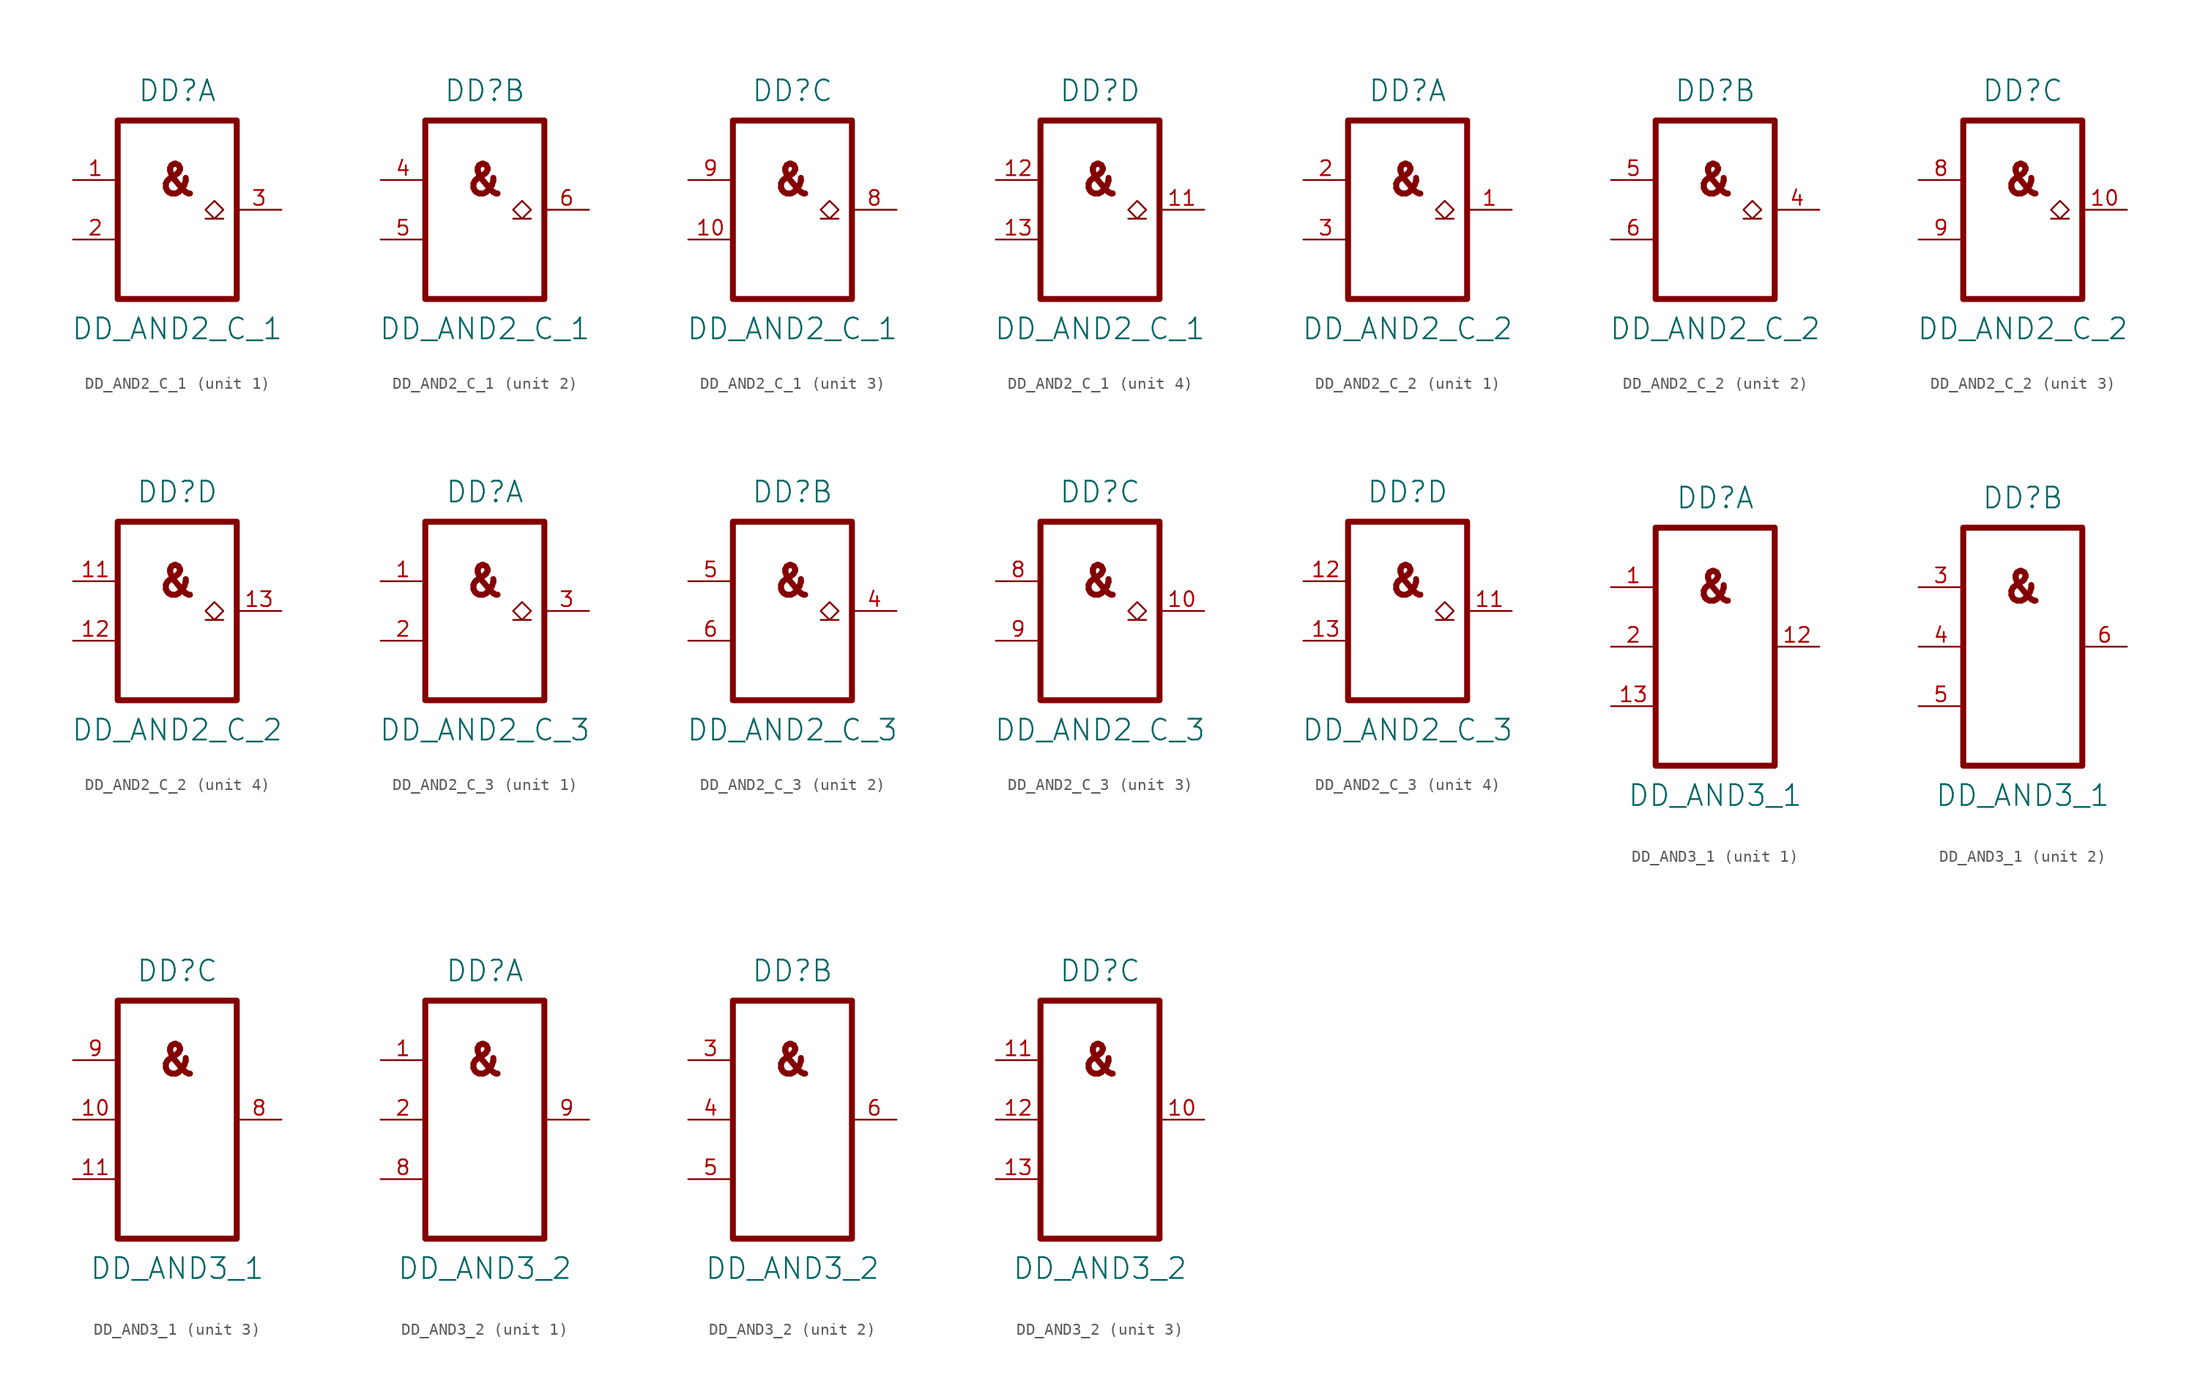
<source format=kicad_sym>
(kicad_symbol_lib
  (version 20211014)
  (generator kicad_symbol_editor)
  (symbol "DD_AND2_C_1"
    (pin_names
      (offset 1.27))
    (property "Reference" "DD"
      (at 0 10.16 0)
      (effects (font (size 1.778 1.778))))
    (property "Value" "DD_AND2_C_1"
      (at 0 -10.16 0)
      (effects (font (size 1.778 1.778))))
    (symbol "DD_AND2_C_1_0_0"
      (text "&" (at 0 2.54 0) (effects (font (size 2.54 2.54) bold))))
    (symbol "DD_AND2_C_1_0_1"
      (rectangle (start -5.08 7.62) (end 5.08 -7.62) (stroke (width 0.508) (type default) (color 0 0 0 0)) (fill (type none)))
      (polyline (pts (xy 2.413 -0.762) (xy 3.175 -0.762) (xy 2.413 0) (xy 3.175 0.762) (xy 3.937 0) (xy 3.175 -0.762) (xy 3.937 -0.762)) (stroke (width 0) (type default) (color 0 0 0 0)) (fill (type none)))
      (pin power_in non_logic (at 8.89 5.08 180) (length 3.81) hide (name "VCC" (effects (font (size 1.27 1.27)))) (number "14" (effects (font (size 1.27 1.27)))))
      (pin power_in non_logic (at 8.89 -5.08 180) (length 3.81) hide (name "GND" (effects (font (size 1.27 1.27)))) (number "7" (effects (font (size 1.27 1.27))))))
    (symbol "DD_AND2_C_1_1_1"
      (pin input line (at -8.89 2.54 0) (length 3.81) (name "~" (effects (font (size 1.778 1.778)))) (number "1" (effects (font (size 1.27 1.27)))))
      (pin input line (at -8.89 -2.54 0) (length 3.81) (name "~" (effects (font (size 1.778 1.778)))) (number "2" (effects (font (size 1.27 1.27)))))
      (pin output line (at 8.89 0 180) (length 3.81) (name "~" (effects (font (size 1.778 1.778)))) (number "3" (effects (font (size 1.27 1.27))))))
    (symbol "DD_AND2_C_1_2_1"
      (pin input line (at -8.89 2.54 0) (length 3.81) (name "~" (effects (font (size 1.778 1.778)))) (number "4" (effects (font (size 1.27 1.27)))))
      (pin input line (at -8.89 -2.54 0) (length 3.81) (name "~" (effects (font (size 1.778 1.778)))) (number "5" (effects (font (size 1.27 1.27)))))
      (pin output line (at 8.89 0 180) (length 3.81) (name "~" (effects (font (size 1.778 1.778)))) (number "6" (effects (font (size 1.27 1.27))))))
    (symbol "DD_AND2_C_1_3_1"
      (pin input line (at -8.89 -2.54 0) (length 3.81) (name "~" (effects (font (size 1.778 1.778)))) (number "10" (effects (font (size 1.27 1.27)))))
      (pin output line (at 8.89 0 180) (length 3.81) (name "~" (effects (font (size 1.778 1.778)))) (number "8" (effects (font (size 1.27 1.27)))))
      (pin input line (at -8.89 2.54 0) (length 3.81) (name "~" (effects (font (size 1.778 1.778)))) (number "9" (effects (font (size 1.27 1.27))))))
    (symbol "DD_AND2_C_1_4_1"
      (pin output line (at 8.89 0 180) (length 3.81) (name "~" (effects (font (size 1.778 1.778)))) (number "11" (effects (font (size 1.27 1.27)))))
      (pin input line (at -8.89 2.54 0) (length 3.81) (name "~" (effects (font (size 1.778 1.778)))) (number "12" (effects (font (size 1.27 1.27)))))
      (pin input line (at -8.89 -2.54 0) (length 3.81) (name "~" (effects (font (size 1.778 1.778)))) (number "13" (effects (font (size 1.27 1.27)))))))
  (symbol "DD_AND2_C_2"
    (pin_names
      (offset 1.27))
    (property "Reference" "DD"
      (at 0 10.16 0)
      (effects (font (size 1.778 1.778))))
    (property "Value" "DD_AND2_C_2"
      (at 0 -10.16 0)
      (effects (font (size 1.778 1.778))))
    (symbol "DD_AND2_C_2_0_0"
      (text "&" (at 0 2.54 0) (effects (font (size 2.54 2.54) bold))))
    (symbol "DD_AND2_C_2_0_1"
      (rectangle (start -5.08 7.62) (end 5.08 -7.62) (stroke (width 0.508) (type default) (color 0 0 0 0)) (fill (type none)))
      (polyline (pts (xy 2.413 -0.762) (xy 3.175 -0.762) (xy 2.413 0) (xy 3.175 0.762) (xy 3.937 0) (xy 3.175 -0.762) (xy 3.937 -0.762)) (stroke (width 0) (type default) (color 0 0 0 0)) (fill (type none)))
      (pin power_in non_logic (at 8.89 5.08 180) (length 3.81) hide (name "VCC" (effects (font (size 1.27 1.27)))) (number "14" (effects (font (size 1.27 1.27)))))
      (pin power_in non_logic (at 8.89 -5.08 180) (length 3.81) hide (name "GND" (effects (font (size 1.27 1.27)))) (number "7" (effects (font (size 1.27 1.27))))))
    (symbol "DD_AND2_C_2_1_1"
      (pin output line (at 8.89 0 180) (length 3.81) (name "~" (effects (font (size 1.778 1.778)))) (number "1" (effects (font (size 1.27 1.27)))))
      (pin input line (at -8.89 2.54 0) (length 3.81) (name "~" (effects (font (size 1.778 1.778)))) (number "2" (effects (font (size 1.27 1.27)))))
      (pin input line (at -8.89 -2.54 0) (length 3.81) (name "~" (effects (font (size 1.778 1.778)))) (number "3" (effects (font (size 1.27 1.27))))))
    (symbol "DD_AND2_C_2_2_1"
      (pin output line (at 8.89 0 180) (length 3.81) (name "~" (effects (font (size 1.778 1.778)))) (number "4" (effects (font (size 1.27 1.27)))))
      (pin input line (at -8.89 2.54 0) (length 3.81) (name "~" (effects (font (size 1.778 1.778)))) (number "5" (effects (font (size 1.27 1.27)))))
      (pin input line (at -8.89 -2.54 0) (length 3.81) (name "~" (effects (font (size 1.778 1.778)))) (number "6" (effects (font (size 1.27 1.27))))))
    (symbol "DD_AND2_C_2_3_1"
      (pin output line (at 8.89 0 180) (length 3.81) (name "~" (effects (font (size 1.778 1.778)))) (number "10" (effects (font (size 1.27 1.27)))))
      (pin input line (at -8.89 2.54 0) (length 3.81) (name "~" (effects (font (size 1.778 1.778)))) (number "8" (effects (font (size 1.27 1.27)))))
      (pin input line (at -8.89 -2.54 0) (length 3.81) (name "~" (effects (font (size 1.778 1.778)))) (number "9" (effects (font (size 1.27 1.27))))))
    (symbol "DD_AND2_C_2_4_1"
      (pin input line (at -8.89 2.54 0) (length 3.81) (name "~" (effects (font (size 1.778 1.778)))) (number "11" (effects (font (size 1.27 1.27)))))
      (pin input line (at -8.89 -2.54 0) (length 3.81) (name "~" (effects (font (size 1.778 1.778)))) (number "12" (effects (font (size 1.27 1.27)))))
      (pin output line (at 8.89 0 180) (length 3.81) (name "~" (effects (font (size 1.778 1.778)))) (number "13" (effects (font (size 1.27 1.27)))))))
  (symbol "DD_AND2_C_3"
    (pin_names
      (offset 1.27))
    (property "Reference" "DD"
      (at 0 10.16 0)
      (effects (font (size 1.778 1.778))))
    (property "Value" "DD_AND2_C_3"
      (at 0 -10.16 0)
      (effects (font (size 1.778 1.778))))
    (symbol "DD_AND2_C_3_0_0"
      (text "&" (at 0 2.54 0) (effects (font (size 2.54 2.54) bold))))
    (symbol "DD_AND2_C_3_0_1"
      (rectangle (start -5.08 7.62) (end 5.08 -7.62) (stroke (width 0.508) (type default) (color 0 0 0 0)) (fill (type none)))
      (polyline (pts (xy 2.413 -0.762) (xy 3.175 -0.762) (xy 2.413 0) (xy 3.175 0.762) (xy 3.937 0) (xy 3.175 -0.762) (xy 3.937 -0.762)) (stroke (width 0) (type default) (color 0 0 0 0)) (fill (type none)))
      (pin power_in non_logic (at 8.89 5.08 180) (length 3.81) hide (name "VCC" (effects (font (size 1.27 1.27)))) (number "14" (effects (font (size 1.27 1.27)))))
      (pin power_in non_logic (at 8.89 -5.08 180) (length 3.81) hide (name "GND" (effects (font (size 1.27 1.27)))) (number "7" (effects (font (size 1.27 1.27))))))
    (symbol "DD_AND2_C_3_1_1"
      (pin input line (at -8.89 2.54 0) (length 3.81) (name "~" (effects (font (size 1.778 1.778)))) (number "1" (effects (font (size 1.27 1.27)))))
      (pin input line (at -8.89 -2.54 0) (length 3.81) (name "~" (effects (font (size 1.778 1.778)))) (number "2" (effects (font (size 1.27 1.27)))))
      (pin output line (at 8.89 0 180) (length 3.81) (name "~" (effects (font (size 1.778 1.778)))) (number "3" (effects (font (size 1.27 1.27))))))
    (symbol "DD_AND2_C_3_2_1"
      (pin output line (at 8.89 0 180) (length 3.81) (name "~" (effects (font (size 1.778 1.778)))) (number "4" (effects (font (size 1.27 1.27)))))
      (pin input line (at -8.89 2.54 0) (length 3.81) (name "~" (effects (font (size 1.778 1.778)))) (number "5" (effects (font (size 1.27 1.27)))))
      (pin input line (at -8.89 -2.54 0) (length 3.81) (name "~" (effects (font (size 1.778 1.778)))) (number "6" (effects (font (size 1.27 1.27))))))
    (symbol "DD_AND2_C_3_3_1"
      (pin output line (at 8.89 0 180) (length 3.81) (name "~" (effects (font (size 1.778 1.778)))) (number "10" (effects (font (size 1.27 1.27)))))
      (pin input line (at -8.89 2.54 0) (length 3.81) (name "~" (effects (font (size 1.778 1.778)))) (number "8" (effects (font (size 1.27 1.27)))))
      (pin input line (at -8.89 -2.54 0) (length 3.81) (name "~" (effects (font (size 1.778 1.778)))) (number "9" (effects (font (size 1.27 1.27))))))
    (symbol "DD_AND2_C_3_4_1"
      (pin output line (at 8.89 0 180) (length 3.81) (name "~" (effects (font (size 1.778 1.778)))) (number "11" (effects (font (size 1.27 1.27)))))
      (pin input line (at -8.89 2.54 0) (length 3.81) (name "~" (effects (font (size 1.778 1.778)))) (number "12" (effects (font (size 1.27 1.27)))))
      (pin input line (at -8.89 -2.54 0) (length 3.81) (name "~" (effects (font (size 1.778 1.778)))) (number "13" (effects (font (size 1.27 1.27)))))))
  (symbol "DD_AND3_1"
    (pin_names
      (offset 1.27))
    (property "Reference" "DD"
      (at 0 12.7 0)
      (effects (font (size 1.778 1.778))))
    (property "Value" "DD_AND3_1"
      (at 0 -12.7 0)
      (effects (font (size 1.778 1.778))))
    (symbol "DD_AND3_1_0_0"
      (text "&" (at 0 5.08 0) (effects (font (size 2.54 2.54) bold))))
    (symbol "DD_AND3_1_0_1"
      (rectangle (start -5.08 10.16) (end 5.08 -10.16) (stroke (width 0.508) (type default) (color 0 0 0 0)) (fill (type none)))
      (pin power_in non_logic (at 8.89 7.62 180) (length 3.81) hide (name "VCC" (effects (font (size 1.27 1.27)))) (number "14" (effects (font (size 1.27 1.27)))))
      (pin power_in non_logic (at 8.89 -7.62 180) (length 3.81) hide (name "GND" (effects (font (size 1.27 1.27)))) (number "7" (effects (font (size 1.27 1.27))))))
    (symbol "DD_AND3_1_1_1"
      (pin input line (at -8.89 5.08 0) (length 3.81) (name "~" (effects (font (size 1.778 1.778)))) (number "1" (effects (font (size 1.27 1.27)))))
      (pin output line (at 8.89 0 180) (length 3.81) (name "~" (effects (font (size 1.778 1.778)))) (number "12" (effects (font (size 1.27 1.27)))))
      (pin input line (at -8.89 -5.08 0) (length 3.81) (name "~" (effects (font (size 1.778 1.778)))) (number "13" (effects (font (size 1.27 1.27)))))
      (pin input line (at -8.89 0 0) (length 3.81) (name "~" (effects (font (size 1.778 1.778)))) (number "2" (effects (font (size 1.27 1.27))))))
    (symbol "DD_AND3_1_2_1"
      (pin input line (at -8.89 5.08 0) (length 3.81) (name "~" (effects (font (size 1.778 1.778)))) (number "3" (effects (font (size 1.27 1.27)))))
      (pin input line (at -8.89 0 0) (length 3.81) (name "~" (effects (font (size 1.778 1.778)))) (number "4" (effects (font (size 1.27 1.27)))))
      (pin input line (at -8.89 -5.08 0) (length 3.81) (name "~" (effects (font (size 1.778 1.778)))) (number "5" (effects (font (size 1.27 1.27)))))
      (pin output line (at 8.89 0 180) (length 3.81) (name "~" (effects (font (size 1.778 1.778)))) (number "6" (effects (font (size 1.27 1.27))))))
    (symbol "DD_AND3_1_3_1"
      (pin input line (at -8.89 0 0) (length 3.81) (name "~" (effects (font (size 1.778 1.778)))) (number "10" (effects (font (size 1.27 1.27)))))
      (pin input line (at -8.89 -5.08 0) (length 3.81) (name "~" (effects (font (size 1.778 1.778)))) (number "11" (effects (font (size 1.27 1.27)))))
      (pin output line (at 8.89 0 180) (length 3.81) (name "~" (effects (font (size 1.778 1.778)))) (number "8" (effects (font (size 1.27 1.27)))))
      (pin input line (at -8.89 5.08 0) (length 3.81) (name "~" (effects (font (size 1.778 1.778)))) (number "9" (effects (font (size 1.27 1.27)))))))
  (symbol "DD_AND3_2"
    (pin_names
      (offset 1.27))
    (property "Reference" "DD"
      (at 0 12.7 0)
      (effects (font (size 1.778 1.778))))
    (property "Value" "DD_AND3_2"
      (at 0 -12.7 0)
      (effects (font (size 1.778 1.778))))
    (symbol "DD_AND3_2_0_0"
      (text "&" (at 0 5.08 0) (effects (font (size 2.54 2.54) bold))))
    (symbol "DD_AND3_2_0_1"
      (rectangle (start -5.08 10.16) (end 5.08 -10.16) (stroke (width 0.508) (type default) (color 0 0 0 0)) (fill (type none)))
      (pin power_in non_logic (at 8.89 7.62 180) (length 3.81) hide (name "VCC" (effects (font (size 1.27 1.27)))) (number "14" (effects (font (size 1.27 1.27)))))
      (pin power_in non_logic (at 8.89 -7.62 180) (length 3.81) hide (name "GND" (effects (font (size 1.27 1.27)))) (number "7" (effects (font (size 1.27 1.27))))))
    (symbol "DD_AND3_2_1_1"
      (pin input line (at -8.89 5.08 0) (length 3.81) (name "~" (effects (font (size 1.778 1.778)))) (number "1" (effects (font (size 1.27 1.27)))))
      (pin input line (at -8.89 0 0) (length 3.81) (name "~" (effects (font (size 1.778 1.778)))) (number "2" (effects (font (size 1.27 1.27)))))
      (pin input line (at -8.89 -5.08 0) (length 3.81) (name "~" (effects (font (size 1.778 1.778)))) (number "8" (effects (font (size 1.27 1.27)))))
      (pin output line (at 8.89 0 180) (length 3.81) (name "~" (effects (font (size 1.778 1.778)))) (number "9" (effects (font (size 1.27 1.27))))))
    (symbol "DD_AND3_2_2_1"
      (pin input line (at -8.89 5.08 0) (length 3.81) (name "~" (effects (font (size 1.778 1.778)))) (number "3" (effects (font (size 1.27 1.27)))))
      (pin input line (at -8.89 0 0) (length 3.81) (name "~" (effects (font (size 1.778 1.778)))) (number "4" (effects (font (size 1.27 1.27)))))
      (pin input line (at -8.89 -5.08 0) (length 3.81) (name "~" (effects (font (size 1.778 1.778)))) (number "5" (effects (font (size 1.27 1.27)))))
      (pin output line (at 8.89 0 180) (length 3.81) (name "~" (effects (font (size 1.778 1.778)))) (number "6" (effects (font (size 1.27 1.27))))))
    (symbol "DD_AND3_2_3_1"
      (pin output line (at 8.89 0 180) (length 3.81) (name "~" (effects (font (size 1.778 1.778)))) (number "10" (effects (font (size 1.27 1.27)))))
      (pin input line (at -8.89 5.08 0) (length 3.81) (name "~" (effects (font (size 1.778 1.778)))) (number "11" (effects (font (size 1.27 1.27)))))
      (pin input line (at -8.89 0 0) (length 3.81) (name "~" (effects (font (size 1.778 1.778)))) (number "12" (effects (font (size 1.27 1.27)))))
      (pin input line (at -8.89 -5.08 0) (length 3.81) (name "~" (effects (font (size 1.778 1.778)))) (number "13" (effects (font (size 1.27 1.27))))))))
</source>
